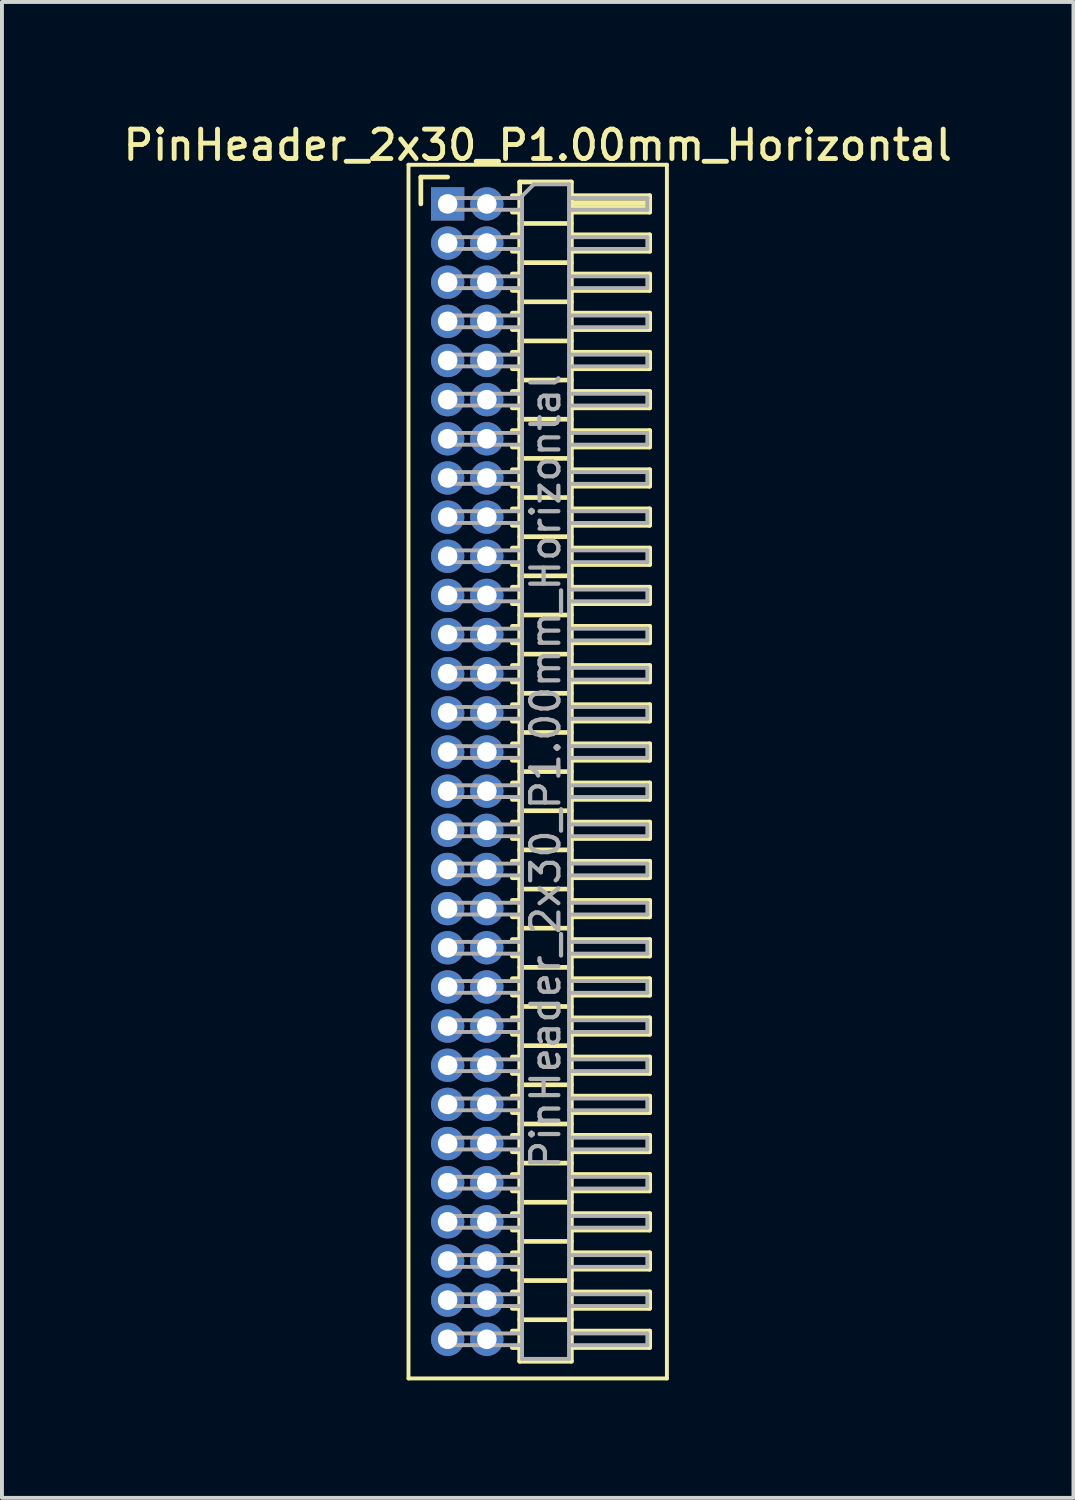
<source format=kicad_pcb>
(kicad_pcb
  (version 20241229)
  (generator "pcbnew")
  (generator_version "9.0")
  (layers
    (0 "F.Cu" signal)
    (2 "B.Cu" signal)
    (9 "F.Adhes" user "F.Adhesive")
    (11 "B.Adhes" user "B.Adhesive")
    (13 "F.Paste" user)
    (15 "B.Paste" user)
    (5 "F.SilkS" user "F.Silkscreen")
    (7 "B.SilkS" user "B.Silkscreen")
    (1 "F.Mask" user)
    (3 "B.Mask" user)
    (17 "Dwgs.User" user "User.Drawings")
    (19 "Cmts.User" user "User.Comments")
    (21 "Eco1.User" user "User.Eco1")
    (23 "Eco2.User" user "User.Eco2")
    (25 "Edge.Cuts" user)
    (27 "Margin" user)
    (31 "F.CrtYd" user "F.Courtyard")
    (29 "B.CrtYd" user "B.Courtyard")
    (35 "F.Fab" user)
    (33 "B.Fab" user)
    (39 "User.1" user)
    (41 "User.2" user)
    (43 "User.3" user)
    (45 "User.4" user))
  (footprint "PinHeader_2x30_P1.00mm_Horizontal"
    (layer "F.Cu")
    (at 8.384 2.158)
    (property "Reference" "PinHeader_2x30_P1.00mm_Horizontal" (at 2.3 -1.5 0) (layer "F.SilkS") (effects (font (size 0.75 0.75) (thickness 0.125))))
    (attr through_hole)
    (fp_line (start -1 -1) (end -1 30) (stroke (width 0.1) (type solid)) (layer "F.SilkS"))
    (fp_line (start -1 30) (end 5.6 30) (stroke (width 0.1) (type solid)) (layer "F.SilkS"))
    (fp_line (start -0.685 -0.685) (end 0 -0.685) (stroke (width 0.12) (type solid)) (layer "F.SilkS"))
    (fp_line (start -0.685 0) (end -0.685 -0.685) (stroke (width 0.12) (type solid)) (layer "F.SilkS"))
    (fp_line (start 1.652 -0.21) (end 1.84 -0.21) (stroke (width 0.12) (type solid)) (layer "F.SilkS"))
    (fp_line (start 1.652 0.21) (end 1.84 0.21) (stroke (width 0.12) (type solid)) (layer "F.SilkS"))
    (fp_line (start 1.652 0.79) (end 1.84 0.79) (stroke (width 0.12) (type solid)) (layer "F.SilkS"))
    (fp_line (start 1.652 1.21) (end 1.84 1.21) (stroke (width 0.12) (type solid)) (layer "F.SilkS"))
    (fp_line (start 1.652 1.79) (end 1.84 1.79) (stroke (width 0.12) (type solid)) (layer "F.SilkS"))
    (fp_line (start 1.652 2.21) (end 1.84 2.21) (stroke (width 0.12) (type solid)) (layer "F.SilkS"))
    (fp_line (start 1.652 2.79) (end 1.84 2.79) (stroke (width 0.12) (type solid)) (layer "F.SilkS"))
    (fp_line (start 1.652 3.21) (end 1.84 3.21) (stroke (width 0.12) (type solid)) (layer "F.SilkS"))
    (fp_line (start 1.652 3.79) (end 1.84 3.79) (stroke (width 0.12) (type solid)) (layer "F.SilkS"))
    (fp_line (start 1.652 4.21) (end 1.84 4.21) (stroke (width 0.12) (type solid)) (layer "F.SilkS"))
    (fp_line (start 1.652 4.79) (end 1.84 4.79) (stroke (width 0.12) (type solid)) (layer "F.SilkS"))
    (fp_line (start 1.652 5.21) (end 1.84 5.21) (stroke (width 0.12) (type solid)) (layer "F.SilkS"))
    (fp_line (start 1.652 5.79) (end 1.84 5.79) (stroke (width 0.12) (type solid)) (layer "F.SilkS"))
    (fp_line (start 1.652 6.21) (end 1.84 6.21) (stroke (width 0.12) (type solid)) (layer "F.SilkS"))
    (fp_line (start 1.652 6.79) (end 1.84 6.79) (stroke (width 0.12) (type solid)) (layer "F.SilkS"))
    (fp_line (start 1.652 7.21) (end 1.84 7.21) (stroke (width 0.12) (type solid)) (layer "F.SilkS"))
    (fp_line (start 1.652 7.79) (end 1.84 7.79) (stroke (width 0.12) (type solid)) (layer "F.SilkS"))
    (fp_line (start 1.652 8.21) (end 1.84 8.21) (stroke (width 0.12) (type solid)) (layer "F.SilkS"))
    (fp_line (start 1.652 8.79) (end 1.84 8.79) (stroke (width 0.12) (type solid)) (layer "F.SilkS"))
    (fp_line (start 1.652 9.21) (end 1.84 9.21) (stroke (width 0.12) (type solid)) (layer "F.SilkS"))
    (fp_line (start 1.652 9.79) (end 1.84 9.79) (stroke (width 0.12) (type solid)) (layer "F.SilkS"))
    (fp_line (start 1.652 10.21) (end 1.84 10.21) (stroke (width 0.12) (type solid)) (layer "F.SilkS"))
    (fp_line (start 1.652 10.79) (end 1.84 10.79) (stroke (width 0.12) (type solid)) (layer "F.SilkS"))
    (fp_line (start 1.652 11.21) (end 1.84 11.21) (stroke (width 0.12) (type solid)) (layer "F.SilkS"))
    (fp_line (start 1.652 11.79) (end 1.84 11.79) (stroke (width 0.12) (type solid)) (layer "F.SilkS"))
    (fp_line (start 1.652 12.21) (end 1.84 12.21) (stroke (width 0.12) (type solid)) (layer "F.SilkS"))
    (fp_line (start 1.652 12.79) (end 1.84 12.79) (stroke (width 0.12) (type solid)) (layer "F.SilkS"))
    (fp_line (start 1.652 13.21) (end 1.84 13.21) (stroke (width 0.12) (type solid)) (layer "F.SilkS"))
    (fp_line (start 1.652 13.79) (end 1.84 13.79) (stroke (width 0.12) (type solid)) (layer "F.SilkS"))
    (fp_line (start 1.652 14.21) (end 1.84 14.21) (stroke (width 0.12) (type solid)) (layer "F.SilkS"))
    (fp_line (start 1.652 14.79) (end 1.84 14.79) (stroke (width 0.12) (type solid)) (layer "F.SilkS"))
    (fp_line (start 1.652 15.21) (end 1.84 15.21) (stroke (width 0.12) (type solid)) (layer "F.SilkS"))
    (fp_line (start 1.652 15.79) (end 1.84 15.79) (stroke (width 0.12) (type solid)) (layer "F.SilkS"))
    (fp_line (start 1.652 16.21) (end 1.84 16.21) (stroke (width 0.12) (type solid)) (layer "F.SilkS"))
    (fp_line (start 1.652 16.79) (end 1.84 16.79) (stroke (width 0.12) (type solid)) (layer "F.SilkS"))
    (fp_line (start 1.652 17.21) (end 1.84 17.21) (stroke (width 0.12) (type solid)) (layer "F.SilkS"))
    (fp_line (start 1.652 17.79) (end 1.84 17.79) (stroke (width 0.12) (type solid)) (layer "F.SilkS"))
    (fp_line (start 1.652 18.21) (end 1.84 18.21) (stroke (width 0.12) (type solid)) (layer "F.SilkS"))
    (fp_line (start 1.652 18.79) (end 1.84 18.79) (stroke (width 0.12) (type solid)) (layer "F.SilkS"))
    (fp_line (start 1.652 19.21) (end 1.84 19.21) (stroke (width 0.12) (type solid)) (layer "F.SilkS"))
    (fp_line (start 1.652 19.79) (end 1.84 19.79) (stroke (width 0.12) (type solid)) (layer "F.SilkS"))
    (fp_line (start 1.652 20.21) (end 1.84 20.21) (stroke (width 0.12) (type solid)) (layer "F.SilkS"))
    (fp_line (start 1.652 20.79) (end 1.84 20.79) (stroke (width 0.12) (type solid)) (layer "F.SilkS"))
    (fp_line (start 1.652 21.21) (end 1.84 21.21) (stroke (width 0.12) (type solid)) (layer "F.SilkS"))
    (fp_line (start 1.652 21.79) (end 1.84 21.79) (stroke (width 0.12) (type solid)) (layer "F.SilkS"))
    (fp_line (start 1.652 22.21) (end 1.84 22.21) (stroke (width 0.12) (type solid)) (layer "F.SilkS"))
    (fp_line (start 1.652 22.79) (end 1.84 22.79) (stroke (width 0.12) (type solid)) (layer "F.SilkS"))
    (fp_line (start 1.652 23.21) (end 1.84 23.21) (stroke (width 0.12) (type solid)) (layer "F.SilkS"))
    (fp_line (start 1.652 23.79) (end 1.84 23.79) (stroke (width 0.12) (type solid)) (layer "F.SilkS"))
    (fp_line (start 1.652 24.21) (end 1.84 24.21) (stroke (width 0.12) (type solid)) (layer "F.SilkS"))
    (fp_line (start 1.652 24.79) (end 1.84 24.79) (stroke (width 0.12) (type solid)) (layer "F.SilkS"))
    (fp_line (start 1.652 25.21) (end 1.84 25.21) (stroke (width 0.12) (type solid)) (layer "F.SilkS"))
    (fp_line (start 1.652 25.79) (end 1.84 25.79) (stroke (width 0.12) (type solid)) (layer "F.SilkS"))
    (fp_line (start 1.652 26.21) (end 1.84 26.21) (stroke (width 0.12) (type solid)) (layer "F.SilkS"))
    (fp_line (start 1.652 26.79) (end 1.84 26.79) (stroke (width 0.12) (type solid)) (layer "F.SilkS"))
    (fp_line (start 1.652 27.21) (end 1.84 27.21) (stroke (width 0.12) (type solid)) (layer "F.SilkS"))
    (fp_line (start 1.652 27.79) (end 1.84 27.79) (stroke (width 0.12) (type solid)) (layer "F.SilkS"))
    (fp_line (start 1.652 28.21) (end 1.84 28.21) (stroke (width 0.12) (type solid)) (layer "F.SilkS"))
    (fp_line (start 1.652 28.79) (end 1.84 28.79) (stroke (width 0.12) (type solid)) (layer "F.SilkS"))
    (fp_line (start 1.652 29.21) (end 1.84 29.21) (stroke (width 0.12) (type solid)) (layer "F.SilkS"))
    (fp_line (start 1.84 -0.56) (end 1.84 29.56) (stroke (width 0.12) (type solid)) (layer "F.SilkS"))
    (fp_line (start 1.84 0.5) (end 3.16 0.5) (stroke (width 0.12) (type solid)) (layer "F.SilkS"))
    (fp_line (start 1.84 1.5) (end 3.16 1.5) (stroke (width 0.12) (type solid)) (layer "F.SilkS"))
    (fp_line (start 1.84 2.5) (end 3.16 2.5) (stroke (width 0.12) (type solid)) (layer "F.SilkS"))
    (fp_line (start 1.84 3.5) (end 3.16 3.5) (stroke (width 0.12) (type solid)) (layer "F.SilkS"))
    (fp_line (start 1.84 4.5) (end 3.16 4.5) (stroke (width 0.12) (type solid)) (layer "F.SilkS"))
    (fp_line (start 1.84 5.5) (end 3.16 5.5) (stroke (width 0.12) (type solid)) (layer "F.SilkS"))
    (fp_line (start 1.84 6.5) (end 3.16 6.5) (stroke (width 0.12) (type solid)) (layer "F.SilkS"))
    (fp_line (start 1.84 7.5) (end 3.16 7.5) (stroke (width 0.12) (type solid)) (layer "F.SilkS"))
    (fp_line (start 1.84 8.5) (end 3.16 8.5) (stroke (width 0.12) (type solid)) (layer "F.SilkS"))
    (fp_line (start 1.84 9.5) (end 3.16 9.5) (stroke (width 0.12) (type solid)) (layer "F.SilkS"))
    (fp_line (start 1.84 10.5) (end 3.16 10.5) (stroke (width 0.12) (type solid)) (layer "F.SilkS"))
    (fp_line (start 1.84 11.5) (end 3.16 11.5) (stroke (width 0.12) (type solid)) (layer "F.SilkS"))
    (fp_line (start 1.84 12.5) (end 3.16 12.5) (stroke (width 0.12) (type solid)) (layer "F.SilkS"))
    (fp_line (start 1.84 13.5) (end 3.16 13.5) (stroke (width 0.12) (type solid)) (layer "F.SilkS"))
    (fp_line (start 1.84 14.5) (end 3.16 14.5) (stroke (width 0.12) (type solid)) (layer "F.SilkS"))
    (fp_line (start 1.84 15.5) (end 3.16 15.5) (stroke (width 0.12) (type solid)) (layer "F.SilkS"))
    (fp_line (start 1.84 16.5) (end 3.16 16.5) (stroke (width 0.12) (type solid)) (layer "F.SilkS"))
    (fp_line (start 1.84 17.5) (end 3.16 17.5) (stroke (width 0.12) (type solid)) (layer "F.SilkS"))
    (fp_line (start 1.84 18.5) (end 3.16 18.5) (stroke (width 0.12) (type solid)) (layer "F.SilkS"))
    (fp_line (start 1.84 19.5) (end 3.16 19.5) (stroke (width 0.12) (type solid)) (layer "F.SilkS"))
    (fp_line (start 1.84 20.5) (end 3.16 20.5) (stroke (width 0.12) (type solid)) (layer "F.SilkS"))
    (fp_line (start 1.84 21.5) (end 3.16 21.5) (stroke (width 0.12) (type solid)) (layer "F.SilkS"))
    (fp_line (start 1.84 22.5) (end 3.16 22.5) (stroke (width 0.12) (type solid)) (layer "F.SilkS"))
    (fp_line (start 1.84 23.5) (end 3.16 23.5) (stroke (width 0.12) (type solid)) (layer "F.SilkS"))
    (fp_line (start 1.84 24.5) (end 3.16 24.5) (stroke (width 0.12) (type solid)) (layer "F.SilkS"))
    (fp_line (start 1.84 25.5) (end 3.16 25.5) (stroke (width 0.12) (type solid)) (layer "F.SilkS"))
    (fp_line (start 1.84 26.5) (end 3.16 26.5) (stroke (width 0.12) (type solid)) (layer "F.SilkS"))
    (fp_line (start 1.84 27.5) (end 3.16 27.5) (stroke (width 0.12) (type solid)) (layer "F.SilkS"))
    (fp_line (start 1.84 28.5) (end 3.16 28.5) (stroke (width 0.12) (type solid)) (layer "F.SilkS"))
    (fp_line (start 1.84 29.56) (end 3.16 29.56) (stroke (width 0.12) (type solid)) (layer "F.SilkS"))
    (fp_line (start 3.16 -0.56) (end 1.84 -0.56) (stroke (width 0.12) (type solid)) (layer "F.SilkS"))
    (fp_line (start 3.16 -0.21) (end 5.16 -0.21) (stroke (width 0.12) (type solid)) (layer "F.SilkS"))
    (fp_line (start 3.16 -0.15) (end 5.16 -0.15) (stroke (width 0.12) (type solid)) (layer "F.SilkS"))
    (fp_line (start 3.16 -0.03) (end 5.16 -0.03) (stroke (width 0.12) (type solid)) (layer "F.SilkS"))
    (fp_line (start 3.16 0.09) (end 5.16 0.09) (stroke (width 0.12) (type solid)) (layer "F.SilkS"))
    (fp_line (start 3.16 0.79) (end 5.16 0.79) (stroke (width 0.12) (type solid)) (layer "F.SilkS"))
    (fp_line (start 3.16 1.79) (end 5.16 1.79) (stroke (width 0.12) (type solid)) (layer "F.SilkS"))
    (fp_line (start 3.16 2.79) (end 5.16 2.79) (stroke (width 0.12) (type solid)) (layer "F.SilkS"))
    (fp_line (start 3.16 3.79) (end 5.16 3.79) (stroke (width 0.12) (type solid)) (layer "F.SilkS"))
    (fp_line (start 3.16 4.79) (end 5.16 4.79) (stroke (width 0.12) (type solid)) (layer "F.SilkS"))
    (fp_line (start 3.16 5.79) (end 5.16 5.79) (stroke (width 0.12) (type solid)) (layer "F.SilkS"))
    (fp_line (start 3.16 6.79) (end 5.16 6.79) (stroke (width 0.12) (type solid)) (layer "F.SilkS"))
    (fp_line (start 3.16 7.79) (end 5.16 7.79) (stroke (width 0.12) (type solid)) (layer "F.SilkS"))
    (fp_line (start 3.16 8.79) (end 5.16 8.79) (stroke (width 0.12) (type solid)) (layer "F.SilkS"))
    (fp_line (start 3.16 9.79) (end 5.16 9.79) (stroke (width 0.12) (type solid)) (layer "F.SilkS"))
    (fp_line (start 3.16 10.79) (end 5.16 10.79) (stroke (width 0.12) (type solid)) (layer "F.SilkS"))
    (fp_line (start 3.16 11.79) (end 5.16 11.79) (stroke (width 0.12) (type solid)) (layer "F.SilkS"))
    (fp_line (start 3.16 12.79) (end 5.16 12.79) (stroke (width 0.12) (type solid)) (layer "F.SilkS"))
    (fp_line (start 3.16 13.79) (end 5.16 13.79) (stroke (width 0.12) (type solid)) (layer "F.SilkS"))
    (fp_line (start 3.16 14.79) (end 5.16 14.79) (stroke (width 0.12) (type solid)) (layer "F.SilkS"))
    (fp_line (start 3.16 15.79) (end 5.16 15.79) (stroke (width 0.12) (type solid)) (layer "F.SilkS"))
    (fp_line (start 3.16 16.79) (end 5.16 16.79) (stroke (width 0.12) (type solid)) (layer "F.SilkS"))
    (fp_line (start 3.16 17.79) (end 5.16 17.79) (stroke (width 0.12) (type solid)) (layer "F.SilkS"))
    (fp_line (start 3.16 18.79) (end 5.16 18.79) (stroke (width 0.12) (type solid)) (layer "F.SilkS"))
    (fp_line (start 3.16 19.79) (end 5.16 19.79) (stroke (width 0.12) (type solid)) (layer "F.SilkS"))
    (fp_line (start 3.16 20.79) (end 5.16 20.79) (stroke (width 0.12) (type solid)) (layer "F.SilkS"))
    (fp_line (start 3.16 21.79) (end 5.16 21.79) (stroke (width 0.12) (type solid)) (layer "F.SilkS"))
    (fp_line (start 3.16 22.79) (end 5.16 22.79) (stroke (width 0.12) (type solid)) (layer "F.SilkS"))
    (fp_line (start 3.16 23.79) (end 5.16 23.79) (stroke (width 0.12) (type solid)) (layer "F.SilkS"))
    (fp_line (start 3.16 24.79) (end 5.16 24.79) (stroke (width 0.12) (type solid)) (layer "F.SilkS"))
    (fp_line (start 3.16 25.79) (end 5.16 25.79) (stroke (width 0.12) (type solid)) (layer "F.SilkS"))
    (fp_line (start 3.16 26.79) (end 5.16 26.79) (stroke (width 0.12) (type solid)) (layer "F.SilkS"))
    (fp_line (start 3.16 27.79) (end 5.16 27.79) (stroke (width 0.12) (type solid)) (layer "F.SilkS"))
    (fp_line (start 3.16 28.79) (end 5.16 28.79) (stroke (width 0.12) (type solid)) (layer "F.SilkS"))
    (fp_line (start 3.16 29.56) (end 3.16 -0.56) (stroke (width 0.12) (type solid)) (layer "F.SilkS"))
    (fp_line (start 5.16 -0.21) (end 5.16 0.21) (stroke (width 0.12) (type solid)) (layer "F.SilkS"))
    (fp_line (start 5.16 0.21) (end 3.16 0.21) (stroke (width 0.12) (type solid)) (layer "F.SilkS"))
    (fp_line (start 5.16 0.79) (end 5.16 1.21) (stroke (width 0.12) (type solid)) (layer "F.SilkS"))
    (fp_line (start 5.16 1.21) (end 3.16 1.21) (stroke (width 0.12) (type solid)) (layer "F.SilkS"))
    (fp_line (start 5.16 1.79) (end 5.16 2.21) (stroke (width 0.12) (type solid)) (layer "F.SilkS"))
    (fp_line (start 5.16 2.21) (end 3.16 2.21) (stroke (width 0.12) (type solid)) (layer "F.SilkS"))
    (fp_line (start 5.16 2.79) (end 5.16 3.21) (stroke (width 0.12) (type solid)) (layer "F.SilkS"))
    (fp_line (start 5.16 3.21) (end 3.16 3.21) (stroke (width 0.12) (type solid)) (layer "F.SilkS"))
    (fp_line (start 5.16 3.79) (end 5.16 4.21) (stroke (width 0.12) (type solid)) (layer "F.SilkS"))
    (fp_line (start 5.16 4.21) (end 3.16 4.21) (stroke (width 0.12) (type solid)) (layer "F.SilkS"))
    (fp_line (start 5.16 4.79) (end 5.16 5.21) (stroke (width 0.12) (type solid)) (layer "F.SilkS"))
    (fp_line (start 5.16 5.21) (end 3.16 5.21) (stroke (width 0.12) (type solid)) (layer "F.SilkS"))
    (fp_line (start 5.16 5.79) (end 5.16 6.21) (stroke (width 0.12) (type solid)) (layer "F.SilkS"))
    (fp_line (start 5.16 6.21) (end 3.16 6.21) (stroke (width 0.12) (type solid)) (layer "F.SilkS"))
    (fp_line (start 5.16 6.79) (end 5.16 7.21) (stroke (width 0.12) (type solid)) (layer "F.SilkS"))
    (fp_line (start 5.16 7.21) (end 3.16 7.21) (stroke (width 0.12) (type solid)) (layer "F.SilkS"))
    (fp_line (start 5.16 7.79) (end 5.16 8.21) (stroke (width 0.12) (type solid)) (layer "F.SilkS"))
    (fp_line (start 5.16 8.21) (end 3.16 8.21) (stroke (width 0.12) (type solid)) (layer "F.SilkS"))
    (fp_line (start 5.16 8.79) (end 5.16 9.21) (stroke (width 0.12) (type solid)) (layer "F.SilkS"))
    (fp_line (start 5.16 9.21) (end 3.16 9.21) (stroke (width 0.12) (type solid)) (layer "F.SilkS"))
    (fp_line (start 5.16 9.79) (end 5.16 10.21) (stroke (width 0.12) (type solid)) (layer "F.SilkS"))
    (fp_line (start 5.16 10.21) (end 3.16 10.21) (stroke (width 0.12) (type solid)) (layer "F.SilkS"))
    (fp_line (start 5.16 10.79) (end 5.16 11.21) (stroke (width 0.12) (type solid)) (layer "F.SilkS"))
    (fp_line (start 5.16 11.21) (end 3.16 11.21) (stroke (width 0.12) (type solid)) (layer "F.SilkS"))
    (fp_line (start 5.16 11.79) (end 5.16 12.21) (stroke (width 0.12) (type solid)) (layer "F.SilkS"))
    (fp_line (start 5.16 12.21) (end 3.16 12.21) (stroke (width 0.12) (type solid)) (layer "F.SilkS"))
    (fp_line (start 5.16 12.79) (end 5.16 13.21) (stroke (width 0.12) (type solid)) (layer "F.SilkS"))
    (fp_line (start 5.16 13.21) (end 3.16 13.21) (stroke (width 0.12) (type solid)) (layer "F.SilkS"))
    (fp_line (start 5.16 13.79) (end 5.16 14.21) (stroke (width 0.12) (type solid)) (layer "F.SilkS"))
    (fp_line (start 5.16 14.21) (end 3.16 14.21) (stroke (width 0.12) (type solid)) (layer "F.SilkS"))
    (fp_line (start 5.16 14.79) (end 5.16 15.21) (stroke (width 0.12) (type solid)) (layer "F.SilkS"))
    (fp_line (start 5.16 15.21) (end 3.16 15.21) (stroke (width 0.12) (type solid)) (layer "F.SilkS"))
    (fp_line (start 5.16 15.79) (end 5.16 16.21) (stroke (width 0.12) (type solid)) (layer "F.SilkS"))
    (fp_line (start 5.16 16.21) (end 3.16 16.21) (stroke (width 0.12) (type solid)) (layer "F.SilkS"))
    (fp_line (start 5.16 16.79) (end 5.16 17.21) (stroke (width 0.12) (type solid)) (layer "F.SilkS"))
    (fp_line (start 5.16 17.21) (end 3.16 17.21) (stroke (width 0.12) (type solid)) (layer "F.SilkS"))
    (fp_line (start 5.16 17.79) (end 5.16 18.21) (stroke (width 0.12) (type solid)) (layer "F.SilkS"))
    (fp_line (start 5.16 18.21) (end 3.16 18.21) (stroke (width 0.12) (type solid)) (layer "F.SilkS"))
    (fp_line (start 5.16 18.79) (end 5.16 19.21) (stroke (width 0.12) (type solid)) (layer "F.SilkS"))
    (fp_line (start 5.16 19.21) (end 3.16 19.21) (stroke (width 0.12) (type solid)) (layer "F.SilkS"))
    (fp_line (start 5.16 19.79) (end 5.16 20.21) (stroke (width 0.12) (type solid)) (layer "F.SilkS"))
    (fp_line (start 5.16 20.21) (end 3.16 20.21) (stroke (width 0.12) (type solid)) (layer "F.SilkS"))
    (fp_line (start 5.16 20.79) (end 5.16 21.21) (stroke (width 0.12) (type solid)) (layer "F.SilkS"))
    (fp_line (start 5.16 21.21) (end 3.16 21.21) (stroke (width 0.12) (type solid)) (layer "F.SilkS"))
    (fp_line (start 5.16 21.79) (end 5.16 22.21) (stroke (width 0.12) (type solid)) (layer "F.SilkS"))
    (fp_line (start 5.16 22.21) (end 3.16 22.21) (stroke (width 0.12) (type solid)) (layer "F.SilkS"))
    (fp_line (start 5.16 22.79) (end 5.16 23.21) (stroke (width 0.12) (type solid)) (layer "F.SilkS"))
    (fp_line (start 5.16 23.21) (end 3.16 23.21) (stroke (width 0.12) (type solid)) (layer "F.SilkS"))
    (fp_line (start 5.16 23.79) (end 5.16 24.21) (stroke (width 0.12) (type solid)) (layer "F.SilkS"))
    (fp_line (start 5.16 24.21) (end 3.16 24.21) (stroke (width 0.12) (type solid)) (layer "F.SilkS"))
    (fp_line (start 5.16 24.79) (end 5.16 25.21) (stroke (width 0.12) (type solid)) (layer "F.SilkS"))
    (fp_line (start 5.16 25.21) (end 3.16 25.21) (stroke (width 0.12) (type solid)) (layer "F.SilkS"))
    (fp_line (start 5.16 25.79) (end 5.16 26.21) (stroke (width 0.12) (type solid)) (layer "F.SilkS"))
    (fp_line (start 5.16 26.21) (end 3.16 26.21) (stroke (width 0.12) (type solid)) (layer "F.SilkS"))
    (fp_line (start 5.16 26.79) (end 5.16 27.21) (stroke (width 0.12) (type solid)) (layer "F.SilkS"))
    (fp_line (start 5.16 27.21) (end 3.16 27.21) (stroke (width 0.12) (type solid)) (layer "F.SilkS"))
    (fp_line (start 5.16 27.79) (end 5.16 28.21) (stroke (width 0.12) (type solid)) (layer "F.SilkS"))
    (fp_line (start 5.16 28.21) (end 3.16 28.21) (stroke (width 0.12) (type solid)) (layer "F.SilkS"))
    (fp_line (start 5.16 28.79) (end 5.16 29.21) (stroke (width 0.12) (type solid)) (layer "F.SilkS"))
    (fp_line (start 5.16 29.21) (end 3.16 29.21) (stroke (width 0.12) (type solid)) (layer "F.SilkS"))
    (fp_line (start 5.6 -1) (end -1 -1) (stroke (width 0.1) (type solid)) (layer "F.SilkS"))
    (fp_line (start 5.6 30) (end 5.6 -1) (stroke (width 0.1) (type solid)) (layer "F.SilkS"))
    (fp_line (start -0.15 -0.15) (end -0.15 0.15) (stroke (width 0.1) (type solid)) (layer "F.Fab"))
    (fp_line (start -0.15 -0.15) (end 1.9 -0.15) (stroke (width 0.1) (type solid)) (layer "F.Fab"))
    (fp_line (start -0.15 0.15) (end 1.9 0.15) (stroke (width 0.1) (type solid)) (layer "F.Fab"))
    (fp_line (start -0.15 0.85) (end -0.15 1.15) (stroke (width 0.1) (type solid)) (layer "F.Fab"))
    (fp_line (start -0.15 0.85) (end 1.9 0.85) (stroke (width 0.1) (type solid)) (layer "F.Fab"))
    (fp_line (start -0.15 1.15) (end 1.9 1.15) (stroke (width 0.1) (type solid)) (layer "F.Fab"))
    (fp_line (start -0.15 1.85) (end -0.15 2.15) (stroke (width 0.1) (type solid)) (layer "F.Fab"))
    (fp_line (start -0.15 1.85) (end 1.9 1.85) (stroke (width 0.1) (type solid)) (layer "F.Fab"))
    (fp_line (start -0.15 2.15) (end 1.9 2.15) (stroke (width 0.1) (type solid)) (layer "F.Fab"))
    (fp_line (start -0.15 2.85) (end -0.15 3.15) (stroke (width 0.1) (type solid)) (layer "F.Fab"))
    (fp_line (start -0.15 2.85) (end 1.9 2.85) (stroke (width 0.1) (type solid)) (layer "F.Fab"))
    (fp_line (start -0.15 3.15) (end 1.9 3.15) (stroke (width 0.1) (type solid)) (layer "F.Fab"))
    (fp_line (start -0.15 3.85) (end -0.15 4.15) (stroke (width 0.1) (type solid)) (layer "F.Fab"))
    (fp_line (start -0.15 3.85) (end 1.9 3.85) (stroke (width 0.1) (type solid)) (layer "F.Fab"))
    (fp_line (start -0.15 4.15) (end 1.9 4.15) (stroke (width 0.1) (type solid)) (layer "F.Fab"))
    (fp_line (start -0.15 4.85) (end -0.15 5.15) (stroke (width 0.1) (type solid)) (layer "F.Fab"))
    (fp_line (start -0.15 4.85) (end 1.9 4.85) (stroke (width 0.1) (type solid)) (layer "F.Fab"))
    (fp_line (start -0.15 5.15) (end 1.9 5.15) (stroke (width 0.1) (type solid)) (layer "F.Fab"))
    (fp_line (start -0.15 5.85) (end -0.15 6.15) (stroke (width 0.1) (type solid)) (layer "F.Fab"))
    (fp_line (start -0.15 5.85) (end 1.9 5.85) (stroke (width 0.1) (type solid)) (layer "F.Fab"))
    (fp_line (start -0.15 6.15) (end 1.9 6.15) (stroke (width 0.1) (type solid)) (layer "F.Fab"))
    (fp_line (start -0.15 6.85) (end -0.15 7.15) (stroke (width 0.1) (type solid)) (layer "F.Fab"))
    (fp_line (start -0.15 6.85) (end 1.9 6.85) (stroke (width 0.1) (type solid)) (layer "F.Fab"))
    (fp_line (start -0.15 7.15) (end 1.9 7.15) (stroke (width 0.1) (type solid)) (layer "F.Fab"))
    (fp_line (start -0.15 7.85) (end -0.15 8.15) (stroke (width 0.1) (type solid)) (layer "F.Fab"))
    (fp_line (start -0.15 7.85) (end 1.9 7.85) (stroke (width 0.1) (type solid)) (layer "F.Fab"))
    (fp_line (start -0.15 8.15) (end 1.9 8.15) (stroke (width 0.1) (type solid)) (layer "F.Fab"))
    (fp_line (start -0.15 8.85) (end -0.15 9.15) (stroke (width 0.1) (type solid)) (layer "F.Fab"))
    (fp_line (start -0.15 8.85) (end 1.9 8.85) (stroke (width 0.1) (type solid)) (layer "F.Fab"))
    (fp_line (start -0.15 9.15) (end 1.9 9.15) (stroke (width 0.1) (type solid)) (layer "F.Fab"))
    (fp_line (start -0.15 9.85) (end -0.15 10.15) (stroke (width 0.1) (type solid)) (layer "F.Fab"))
    (fp_line (start -0.15 9.85) (end 1.9 9.85) (stroke (width 0.1) (type solid)) (layer "F.Fab"))
    (fp_line (start -0.15 10.15) (end 1.9 10.15) (stroke (width 0.1) (type solid)) (layer "F.Fab"))
    (fp_line (start -0.15 10.85) (end -0.15 11.15) (stroke (width 0.1) (type solid)) (layer "F.Fab"))
    (fp_line (start -0.15 10.85) (end 1.9 10.85) (stroke (width 0.1) (type solid)) (layer "F.Fab"))
    (fp_line (start -0.15 11.15) (end 1.9 11.15) (stroke (width 0.1) (type solid)) (layer "F.Fab"))
    (fp_line (start -0.15 11.85) (end -0.15 12.15) (stroke (width 0.1) (type solid)) (layer "F.Fab"))
    (fp_line (start -0.15 11.85) (end 1.9 11.85) (stroke (width 0.1) (type solid)) (layer "F.Fab"))
    (fp_line (start -0.15 12.15) (end 1.9 12.15) (stroke (width 0.1) (type solid)) (layer "F.Fab"))
    (fp_line (start -0.15 12.85) (end -0.15 13.15) (stroke (width 0.1) (type solid)) (layer "F.Fab"))
    (fp_line (start -0.15 12.85) (end 1.9 12.85) (stroke (width 0.1) (type solid)) (layer "F.Fab"))
    (fp_line (start -0.15 13.15) (end 1.9 13.15) (stroke (width 0.1) (type solid)) (layer "F.Fab"))
    (fp_line (start -0.15 13.85) (end -0.15 14.15) (stroke (width 0.1) (type solid)) (layer "F.Fab"))
    (fp_line (start -0.15 13.85) (end 1.9 13.85) (stroke (width 0.1) (type solid)) (layer "F.Fab"))
    (fp_line (start -0.15 14.15) (end 1.9 14.15) (stroke (width 0.1) (type solid)) (layer "F.Fab"))
    (fp_line (start -0.15 14.85) (end -0.15 15.15) (stroke (width 0.1) (type solid)) (layer "F.Fab"))
    (fp_line (start -0.15 14.85) (end 1.9 14.85) (stroke (width 0.1) (type solid)) (layer "F.Fab"))
    (fp_line (start -0.15 15.15) (end 1.9 15.15) (stroke (width 0.1) (type solid)) (layer "F.Fab"))
    (fp_line (start -0.15 15.85) (end -0.15 16.15) (stroke (width 0.1) (type solid)) (layer "F.Fab"))
    (fp_line (start -0.15 15.85) (end 1.9 15.85) (stroke (width 0.1) (type solid)) (layer "F.Fab"))
    (fp_line (start -0.15 16.15) (end 1.9 16.15) (stroke (width 0.1) (type solid)) (layer "F.Fab"))
    (fp_line (start -0.15 16.85) (end -0.15 17.15) (stroke (width 0.1) (type solid)) (layer "F.Fab"))
    (fp_line (start -0.15 16.85) (end 1.9 16.85) (stroke (width 0.1) (type solid)) (layer "F.Fab"))
    (fp_line (start -0.15 17.15) (end 1.9 17.15) (stroke (width 0.1) (type solid)) (layer "F.Fab"))
    (fp_line (start -0.15 17.85) (end -0.15 18.15) (stroke (width 0.1) (type solid)) (layer "F.Fab"))
    (fp_line (start -0.15 17.85) (end 1.9 17.85) (stroke (width 0.1) (type solid)) (layer "F.Fab"))
    (fp_line (start -0.15 18.15) (end 1.9 18.15) (stroke (width 0.1) (type solid)) (layer "F.Fab"))
    (fp_line (start -0.15 18.85) (end -0.15 19.15) (stroke (width 0.1) (type solid)) (layer "F.Fab"))
    (fp_line (start -0.15 18.85) (end 1.9 18.85) (stroke (width 0.1) (type solid)) (layer "F.Fab"))
    (fp_line (start -0.15 19.15) (end 1.9 19.15) (stroke (width 0.1) (type solid)) (layer "F.Fab"))
    (fp_line (start -0.15 19.85) (end -0.15 20.15) (stroke (width 0.1) (type solid)) (layer "F.Fab"))
    (fp_line (start -0.15 19.85) (end 1.9 19.85) (stroke (width 0.1) (type solid)) (layer "F.Fab"))
    (fp_line (start -0.15 20.15) (end 1.9 20.15) (stroke (width 0.1) (type solid)) (layer "F.Fab"))
    (fp_line (start -0.15 20.85) (end -0.15 21.15) (stroke (width 0.1) (type solid)) (layer "F.Fab"))
    (fp_line (start -0.15 20.85) (end 1.9 20.85) (stroke (width 0.1) (type solid)) (layer "F.Fab"))
    (fp_line (start -0.15 21.15) (end 1.9 21.15) (stroke (width 0.1) (type solid)) (layer "F.Fab"))
    (fp_line (start -0.15 21.85) (end -0.15 22.15) (stroke (width 0.1) (type solid)) (layer "F.Fab"))
    (fp_line (start -0.15 21.85) (end 1.9 21.85) (stroke (width 0.1) (type solid)) (layer "F.Fab"))
    (fp_line (start -0.15 22.15) (end 1.9 22.15) (stroke (width 0.1) (type solid)) (layer "F.Fab"))
    (fp_line (start -0.15 22.85) (end -0.15 23.15) (stroke (width 0.1) (type solid)) (layer "F.Fab"))
    (fp_line (start -0.15 22.85) (end 1.9 22.85) (stroke (width 0.1) (type solid)) (layer "F.Fab"))
    (fp_line (start -0.15 23.15) (end 1.9 23.15) (stroke (width 0.1) (type solid)) (layer "F.Fab"))
    (fp_line (start -0.15 23.85) (end -0.15 24.15) (stroke (width 0.1) (type solid)) (layer "F.Fab"))
    (fp_line (start -0.15 23.85) (end 1.9 23.85) (stroke (width 0.1) (type solid)) (layer "F.Fab"))
    (fp_line (start -0.15 24.15) (end 1.9 24.15) (stroke (width 0.1) (type solid)) (layer "F.Fab"))
    (fp_line (start -0.15 24.85) (end -0.15 25.15) (stroke (width 0.1) (type solid)) (layer "F.Fab"))
    (fp_line (start -0.15 24.85) (end 1.9 24.85) (stroke (width 0.1) (type solid)) (layer "F.Fab"))
    (fp_line (start -0.15 25.15) (end 1.9 25.15) (stroke (width 0.1) (type solid)) (layer "F.Fab"))
    (fp_line (start -0.15 25.85) (end -0.15 26.15) (stroke (width 0.1) (type solid)) (layer "F.Fab"))
    (fp_line (start -0.15 25.85) (end 1.9 25.85) (stroke (width 0.1) (type solid)) (layer "F.Fab"))
    (fp_line (start -0.15 26.15) (end 1.9 26.15) (stroke (width 0.1) (type solid)) (layer "F.Fab"))
    (fp_line (start -0.15 26.85) (end -0.15 27.15) (stroke (width 0.1) (type solid)) (layer "F.Fab"))
    (fp_line (start -0.15 26.85) (end 1.9 26.85) (stroke (width 0.1) (type solid)) (layer "F.Fab"))
    (fp_line (start -0.15 27.15) (end 1.9 27.15) (stroke (width 0.1) (type solid)) (layer "F.Fab"))
    (fp_line (start -0.15 27.85) (end -0.15 28.15) (stroke (width 0.1) (type solid)) (layer "F.Fab"))
    (fp_line (start -0.15 27.85) (end 1.9 27.85) (stroke (width 0.1) (type solid)) (layer "F.Fab"))
    (fp_line (start -0.15 28.15) (end 1.9 28.15) (stroke (width 0.1) (type solid)) (layer "F.Fab"))
    (fp_line (start -0.15 28.85) (end -0.15 29.15) (stroke (width 0.1) (type solid)) (layer "F.Fab"))
    (fp_line (start -0.15 28.85) (end 1.9 28.85) (stroke (width 0.1) (type solid)) (layer "F.Fab"))
    (fp_line (start -0.15 29.15) (end 1.9 29.15) (stroke (width 0.1) (type solid)) (layer "F.Fab"))
    (fp_line (start 1.9 -0.2) (end 2.2 -0.5) (stroke (width 0.1) (type solid)) (layer "F.Fab"))
    (fp_line (start 1.9 29.5) (end 1.9 -0.2) (stroke (width 0.1) (type solid)) (layer "F.Fab"))
    (fp_line (start 2.2 -0.5) (end 3.1 -0.5) (stroke (width 0.1) (type solid)) (layer "F.Fab"))
    (fp_line (start 3.1 -0.5) (end 3.1 29.5) (stroke (width 0.1) (type solid)) (layer "F.Fab"))
    (fp_line (start 3.1 -0.15) (end 5.1 -0.15) (stroke (width 0.1) (type solid)) (layer "F.Fab"))
    (fp_line (start 3.1 0.15) (end 5.1 0.15) (stroke (width 0.1) (type solid)) (layer "F.Fab"))
    (fp_line (start 3.1 0.85) (end 5.1 0.85) (stroke (width 0.1) (type solid)) (layer "F.Fab"))
    (fp_line (start 3.1 1.15) (end 5.1 1.15) (stroke (width 0.1) (type solid)) (layer "F.Fab"))
    (fp_line (start 3.1 1.85) (end 5.1 1.85) (stroke (width 0.1) (type solid)) (layer "F.Fab"))
    (fp_line (start 3.1 2.15) (end 5.1 2.15) (stroke (width 0.1) (type solid)) (layer "F.Fab"))
    (fp_line (start 3.1 2.85) (end 5.1 2.85) (stroke (width 0.1) (type solid)) (layer "F.Fab"))
    (fp_line (start 3.1 3.15) (end 5.1 3.15) (stroke (width 0.1) (type solid)) (layer "F.Fab"))
    (fp_line (start 3.1 3.85) (end 5.1 3.85) (stroke (width 0.1) (type solid)) (layer "F.Fab"))
    (fp_line (start 3.1 4.15) (end 5.1 4.15) (stroke (width 0.1) (type solid)) (layer "F.Fab"))
    (fp_line (start 3.1 4.85) (end 5.1 4.85) (stroke (width 0.1) (type solid)) (layer "F.Fab"))
    (fp_line (start 3.1 5.15) (end 5.1 5.15) (stroke (width 0.1) (type solid)) (layer "F.Fab"))
    (fp_line (start 3.1 5.85) (end 5.1 5.85) (stroke (width 0.1) (type solid)) (layer "F.Fab"))
    (fp_line (start 3.1 6.15) (end 5.1 6.15) (stroke (width 0.1) (type solid)) (layer "F.Fab"))
    (fp_line (start 3.1 6.85) (end 5.1 6.85) (stroke (width 0.1) (type solid)) (layer "F.Fab"))
    (fp_line (start 3.1 7.15) (end 5.1 7.15) (stroke (width 0.1) (type solid)) (layer "F.Fab"))
    (fp_line (start 3.1 7.85) (end 5.1 7.85) (stroke (width 0.1) (type solid)) (layer "F.Fab"))
    (fp_line (start 3.1 8.15) (end 5.1 8.15) (stroke (width 0.1) (type solid)) (layer "F.Fab"))
    (fp_line (start 3.1 8.85) (end 5.1 8.85) (stroke (width 0.1) (type solid)) (layer "F.Fab"))
    (fp_line (start 3.1 9.15) (end 5.1 9.15) (stroke (width 0.1) (type solid)) (layer "F.Fab"))
    (fp_line (start 3.1 9.85) (end 5.1 9.85) (stroke (width 0.1) (type solid)) (layer "F.Fab"))
    (fp_line (start 3.1 10.15) (end 5.1 10.15) (stroke (width 0.1) (type solid)) (layer "F.Fab"))
    (fp_line (start 3.1 10.85) (end 5.1 10.85) (stroke (width 0.1) (type solid)) (layer "F.Fab"))
    (fp_line (start 3.1 11.15) (end 5.1 11.15) (stroke (width 0.1) (type solid)) (layer "F.Fab"))
    (fp_line (start 3.1 11.85) (end 5.1 11.85) (stroke (width 0.1) (type solid)) (layer "F.Fab"))
    (fp_line (start 3.1 12.15) (end 5.1 12.15) (stroke (width 0.1) (type solid)) (layer "F.Fab"))
    (fp_line (start 3.1 12.85) (end 5.1 12.85) (stroke (width 0.1) (type solid)) (layer "F.Fab"))
    (fp_line (start 3.1 13.15) (end 5.1 13.15) (stroke (width 0.1) (type solid)) (layer "F.Fab"))
    (fp_line (start 3.1 13.85) (end 5.1 13.85) (stroke (width 0.1) (type solid)) (layer "F.Fab"))
    (fp_line (start 3.1 14.15) (end 5.1 14.15) (stroke (width 0.1) (type solid)) (layer "F.Fab"))
    (fp_line (start 3.1 14.85) (end 5.1 14.85) (stroke (width 0.1) (type solid)) (layer "F.Fab"))
    (fp_line (start 3.1 15.15) (end 5.1 15.15) (stroke (width 0.1) (type solid)) (layer "F.Fab"))
    (fp_line (start 3.1 15.85) (end 5.1 15.85) (stroke (width 0.1) (type solid)) (layer "F.Fab"))
    (fp_line (start 3.1 16.15) (end 5.1 16.15) (stroke (width 0.1) (type solid)) (layer "F.Fab"))
    (fp_line (start 3.1 16.85) (end 5.1 16.85) (stroke (width 0.1) (type solid)) (layer "F.Fab"))
    (fp_line (start 3.1 17.15) (end 5.1 17.15) (stroke (width 0.1) (type solid)) (layer "F.Fab"))
    (fp_line (start 3.1 17.85) (end 5.1 17.85) (stroke (width 0.1) (type solid)) (layer "F.Fab"))
    (fp_line (start 3.1 18.15) (end 5.1 18.15) (stroke (width 0.1) (type solid)) (layer "F.Fab"))
    (fp_line (start 3.1 18.85) (end 5.1 18.85) (stroke (width 0.1) (type solid)) (layer "F.Fab"))
    (fp_line (start 3.1 19.15) (end 5.1 19.15) (stroke (width 0.1) (type solid)) (layer "F.Fab"))
    (fp_line (start 3.1 19.85) (end 5.1 19.85) (stroke (width 0.1) (type solid)) (layer "F.Fab"))
    (fp_line (start 3.1 20.15) (end 5.1 20.15) (stroke (width 0.1) (type solid)) (layer "F.Fab"))
    (fp_line (start 3.1 20.85) (end 5.1 20.85) (stroke (width 0.1) (type solid)) (layer "F.Fab"))
    (fp_line (start 3.1 21.15) (end 5.1 21.15) (stroke (width 0.1) (type solid)) (layer "F.Fab"))
    (fp_line (start 3.1 21.85) (end 5.1 21.85) (stroke (width 0.1) (type solid)) (layer "F.Fab"))
    (fp_line (start 3.1 22.15) (end 5.1 22.15) (stroke (width 0.1) (type solid)) (layer "F.Fab"))
    (fp_line (start 3.1 22.85) (end 5.1 22.85) (stroke (width 0.1) (type solid)) (layer "F.Fab"))
    (fp_line (start 3.1 23.15) (end 5.1 23.15) (stroke (width 0.1) (type solid)) (layer "F.Fab"))
    (fp_line (start 3.1 23.85) (end 5.1 23.85) (stroke (width 0.1) (type solid)) (layer "F.Fab"))
    (fp_line (start 3.1 24.15) (end 5.1 24.15) (stroke (width 0.1) (type solid)) (layer "F.Fab"))
    (fp_line (start 3.1 24.85) (end 5.1 24.85) (stroke (width 0.1) (type solid)) (layer "F.Fab"))
    (fp_line (start 3.1 25.15) (end 5.1 25.15) (stroke (width 0.1) (type solid)) (layer "F.Fab"))
    (fp_line (start 3.1 25.85) (end 5.1 25.85) (stroke (width 0.1) (type solid)) (layer "F.Fab"))
    (fp_line (start 3.1 26.15) (end 5.1 26.15) (stroke (width 0.1) (type solid)) (layer "F.Fab"))
    (fp_line (start 3.1 26.85) (end 5.1 26.85) (stroke (width 0.1) (type solid)) (layer "F.Fab"))
    (fp_line (start 3.1 27.15) (end 5.1 27.15) (stroke (width 0.1) (type solid)) (layer "F.Fab"))
    (fp_line (start 3.1 27.85) (end 5.1 27.85) (stroke (width 0.1) (type solid)) (layer "F.Fab"))
    (fp_line (start 3.1 28.15) (end 5.1 28.15) (stroke (width 0.1) (type solid)) (layer "F.Fab"))
    (fp_line (start 3.1 28.85) (end 5.1 28.85) (stroke (width 0.1) (type solid)) (layer "F.Fab"))
    (fp_line (start 3.1 29.15) (end 5.1 29.15) (stroke (width 0.1) (type solid)) (layer "F.Fab"))
    (fp_line (start 3.1 29.5) (end 1.9 29.5) (stroke (width 0.1) (type solid)) (layer "F.Fab"))
    (fp_line (start 5.1 -0.15) (end 5.1 0.15) (stroke (width 0.1) (type solid)) (layer "F.Fab"))
    (fp_line (start 5.1 0.85) (end 5.1 1.15) (stroke (width 0.1) (type solid)) (layer "F.Fab"))
    (fp_line (start 5.1 1.85) (end 5.1 2.15) (stroke (width 0.1) (type solid)) (layer "F.Fab"))
    (fp_line (start 5.1 2.85) (end 5.1 3.15) (stroke (width 0.1) (type solid)) (layer "F.Fab"))
    (fp_line (start 5.1 3.85) (end 5.1 4.15) (stroke (width 0.1) (type solid)) (layer "F.Fab"))
    (fp_line (start 5.1 4.85) (end 5.1 5.15) (stroke (width 0.1) (type solid)) (layer "F.Fab"))
    (fp_line (start 5.1 5.85) (end 5.1 6.15) (stroke (width 0.1) (type solid)) (layer "F.Fab"))
    (fp_line (start 5.1 6.85) (end 5.1 7.15) (stroke (width 0.1) (type solid)) (layer "F.Fab"))
    (fp_line (start 5.1 7.85) (end 5.1 8.15) (stroke (width 0.1) (type solid)) (layer "F.Fab"))
    (fp_line (start 5.1 8.85) (end 5.1 9.15) (stroke (width 0.1) (type solid)) (layer "F.Fab"))
    (fp_line (start 5.1 9.85) (end 5.1 10.15) (stroke (width 0.1) (type solid)) (layer "F.Fab"))
    (fp_line (start 5.1 10.85) (end 5.1 11.15) (stroke (width 0.1) (type solid)) (layer "F.Fab"))
    (fp_line (start 5.1 11.85) (end 5.1 12.15) (stroke (width 0.1) (type solid)) (layer "F.Fab"))
    (fp_line (start 5.1 12.85) (end 5.1 13.15) (stroke (width 0.1) (type solid)) (layer "F.Fab"))
    (fp_line (start 5.1 13.85) (end 5.1 14.15) (stroke (width 0.1) (type solid)) (layer "F.Fab"))
    (fp_line (start 5.1 14.85) (end 5.1 15.15) (stroke (width 0.1) (type solid)) (layer "F.Fab"))
    (fp_line (start 5.1 15.85) (end 5.1 16.15) (stroke (width 0.1) (type solid)) (layer "F.Fab"))
    (fp_line (start 5.1 16.85) (end 5.1 17.15) (stroke (width 0.1) (type solid)) (layer "F.Fab"))
    (fp_line (start 5.1 17.85) (end 5.1 18.15) (stroke (width 0.1) (type solid)) (layer "F.Fab"))
    (fp_line (start 5.1 18.85) (end 5.1 19.15) (stroke (width 0.1) (type solid)) (layer "F.Fab"))
    (fp_line (start 5.1 19.85) (end 5.1 20.15) (stroke (width 0.1) (type solid)) (layer "F.Fab"))
    (fp_line (start 5.1 20.85) (end 5.1 21.15) (stroke (width 0.1) (type solid)) (layer "F.Fab"))
    (fp_line (start 5.1 21.85) (end 5.1 22.15) (stroke (width 0.1) (type solid)) (layer "F.Fab"))
    (fp_line (start 5.1 22.85) (end 5.1 23.15) (stroke (width 0.1) (type solid)) (layer "F.Fab"))
    (fp_line (start 5.1 23.85) (end 5.1 24.15) (stroke (width 0.1) (type solid)) (layer "F.Fab"))
    (fp_line (start 5.1 24.85) (end 5.1 25.15) (stroke (width 0.1) (type solid)) (layer "F.Fab"))
    (fp_line (start 5.1 25.85) (end 5.1 26.15) (stroke (width 0.1) (type solid)) (layer "F.Fab"))
    (fp_line (start 5.1 26.85) (end 5.1 27.15) (stroke (width 0.1) (type solid)) (layer "F.Fab"))
    (fp_line (start 5.1 27.85) (end 5.1 28.15) (stroke (width 0.1) (type solid)) (layer "F.Fab"))
    (fp_line (start 5.1 28.85) (end 5.1 29.15) (stroke (width 0.1) (type solid)) (layer "F.Fab"))
    (fp_text user "${REFERENCE}" (at 2.5 14.5 90) (layer "F.Fab") (effects (font (size 0.72 0.72) (thickness 0.108))))
    (pad "1" thru_hole rect (at 0 0) (size 0.85 0.85) (drill 0.5) (layers "*.Cu" "*.Mask"))
    (pad "2" thru_hole oval (at 1 0) (size 0.85 0.85) (drill 0.5) (layers "*.Cu" "*.Mask"))
    (pad "3" thru_hole oval (at 0 1) (size 0.85 0.85) (drill 0.5) (layers "*.Cu" "*.Mask"))
    (pad "4" thru_hole oval (at 1 1) (size 0.85 0.85) (drill 0.5) (layers "*.Cu" "*.Mask"))
    (pad "5" thru_hole oval (at 0 2) (size 0.85 0.85) (drill 0.5) (layers "*.Cu" "*.Mask"))
    (pad "6" thru_hole oval (at 1 2) (size 0.85 0.85) (drill 0.5) (layers "*.Cu" "*.Mask"))
    (pad "7" thru_hole oval (at 0 3) (size 0.85 0.85) (drill 0.5) (layers "*.Cu" "*.Mask"))
    (pad "8" thru_hole oval (at 1 3) (size 0.85 0.85) (drill 0.5) (layers "*.Cu" "*.Mask"))
    (pad "9" thru_hole oval (at 0 4) (size 0.85 0.85) (drill 0.5) (layers "*.Cu" "*.Mask"))
    (pad "10" thru_hole oval (at 1 4) (size 0.85 0.85) (drill 0.5) (layers "*.Cu" "*.Mask"))
    (pad "11" thru_hole oval (at 0 5) (size 0.85 0.85) (drill 0.5) (layers "*.Cu" "*.Mask"))
    (pad "12" thru_hole oval (at 1 5) (size 0.85 0.85) (drill 0.5) (layers "*.Cu" "*.Mask"))
    (pad "13" thru_hole oval (at 0 6) (size 0.85 0.85) (drill 0.5) (layers "*.Cu" "*.Mask"))
    (pad "14" thru_hole oval (at 1 6) (size 0.85 0.85) (drill 0.5) (layers "*.Cu" "*.Mask"))
    (pad "15" thru_hole oval (at 0 7) (size 0.85 0.85) (drill 0.5) (layers "*.Cu" "*.Mask"))
    (pad "16" thru_hole oval (at 1 7) (size 0.85 0.85) (drill 0.5) (layers "*.Cu" "*.Mask"))
    (pad "17" thru_hole oval (at 0 8) (size 0.85 0.85) (drill 0.5) (layers "*.Cu" "*.Mask"))
    (pad "18" thru_hole oval (at 1 8) (size 0.85 0.85) (drill 0.5) (layers "*.Cu" "*.Mask"))
    (pad "19" thru_hole oval (at 0 9) (size 0.85 0.85) (drill 0.5) (layers "*.Cu" "*.Mask"))
    (pad "20" thru_hole oval (at 1 9) (size 0.85 0.85) (drill 0.5) (layers "*.Cu" "*.Mask"))
    (pad "21" thru_hole oval (at 0 10) (size 0.85 0.85) (drill 0.5) (layers "*.Cu" "*.Mask"))
    (pad "22" thru_hole oval (at 1 10) (size 0.85 0.85) (drill 0.5) (layers "*.Cu" "*.Mask"))
    (pad "23" thru_hole oval (at 0 11) (size 0.85 0.85) (drill 0.5) (layers "*.Cu" "*.Mask"))
    (pad "24" thru_hole oval (at 1 11) (size 0.85 0.85) (drill 0.5) (layers "*.Cu" "*.Mask"))
    (pad "25" thru_hole oval (at 0 12) (size 0.85 0.85) (drill 0.5) (layers "*.Cu" "*.Mask"))
    (pad "26" thru_hole oval (at 1 12) (size 0.85 0.85) (drill 0.5) (layers "*.Cu" "*.Mask"))
    (pad "27" thru_hole oval (at 0 13) (size 0.85 0.85) (drill 0.5) (layers "*.Cu" "*.Mask"))
    (pad "28" thru_hole oval (at 1 13) (size 0.85 0.85) (drill 0.5) (layers "*.Cu" "*.Mask"))
    (pad "29" thru_hole oval (at 0 14) (size 0.85 0.85) (drill 0.5) (layers "*.Cu" "*.Mask"))
    (pad "30" thru_hole oval (at 1 14) (size 0.85 0.85) (drill 0.5) (layers "*.Cu" "*.Mask"))
    (pad "31" thru_hole oval (at 0 15) (size 0.85 0.85) (drill 0.5) (layers "*.Cu" "*.Mask"))
    (pad "32" thru_hole oval (at 1 15) (size 0.85 0.85) (drill 0.5) (layers "*.Cu" "*.Mask"))
    (pad "33" thru_hole oval (at 0 16) (size 0.85 0.85) (drill 0.5) (layers "*.Cu" "*.Mask"))
    (pad "34" thru_hole oval (at 1 16) (size 0.85 0.85) (drill 0.5) (layers "*.Cu" "*.Mask"))
    (pad "35" thru_hole oval (at 0 17) (size 0.85 0.85) (drill 0.5) (layers "*.Cu" "*.Mask"))
    (pad "36" thru_hole oval (at 1 17) (size 0.85 0.85) (drill 0.5) (layers "*.Cu" "*.Mask"))
    (pad "37" thru_hole oval (at 0 18) (size 0.85 0.85) (drill 0.5) (layers "*.Cu" "*.Mask"))
    (pad "38" thru_hole oval (at 1 18) (size 0.85 0.85) (drill 0.5) (layers "*.Cu" "*.Mask"))
    (pad "39" thru_hole oval (at 0 19) (size 0.85 0.85) (drill 0.5) (layers "*.Cu" "*.Mask"))
    (pad "40" thru_hole oval (at 1 19) (size 0.85 0.85) (drill 0.5) (layers "*.Cu" "*.Mask"))
    (pad "41" thru_hole oval (at 0 20) (size 0.85 0.85) (drill 0.5) (layers "*.Cu" "*.Mask"))
    (pad "42" thru_hole oval (at 1 20) (size 0.85 0.85) (drill 0.5) (layers "*.Cu" "*.Mask"))
    (pad "43" thru_hole oval (at 0 21) (size 0.85 0.85) (drill 0.5) (layers "*.Cu" "*.Mask"))
    (pad "44" thru_hole oval (at 1 21) (size 0.85 0.85) (drill 0.5) (layers "*.Cu" "*.Mask"))
    (pad "45" thru_hole oval (at 0 22) (size 0.85 0.85) (drill 0.5) (layers "*.Cu" "*.Mask"))
    (pad "46" thru_hole oval (at 1 22) (size 0.85 0.85) (drill 0.5) (layers "*.Cu" "*.Mask"))
    (pad "47" thru_hole oval (at 0 23) (size 0.85 0.85) (drill 0.5) (layers "*.Cu" "*.Mask"))
    (pad "48" thru_hole oval (at 1 23) (size 0.85 0.85) (drill 0.5) (layers "*.Cu" "*.Mask"))
    (pad "49" thru_hole oval (at 0 24) (size 0.85 0.85) (drill 0.5) (layers "*.Cu" "*.Mask"))
    (pad "50" thru_hole oval (at 1 24) (size 0.85 0.85) (drill 0.5) (layers "*.Cu" "*.Mask"))
    (pad "51" thru_hole oval (at 0 25) (size 0.85 0.85) (drill 0.5) (layers "*.Cu" "*.Mask"))
    (pad "52" thru_hole oval (at 1 25) (size 0.85 0.85) (drill 0.5) (layers "*.Cu" "*.Mask"))
    (pad "53" thru_hole oval (at 0 26) (size 0.85 0.85) (drill 0.5) (layers "*.Cu" "*.Mask"))
    (pad "54" thru_hole oval (at 1 26) (size 0.85 0.85) (drill 0.5) (layers "*.Cu" "*.Mask"))
    (pad "55" thru_hole oval (at 0 27) (size 0.85 0.85) (drill 0.5) (layers "*.Cu" "*.Mask"))
    (pad "56" thru_hole oval (at 1 27) (size 0.85 0.85) (drill 0.5) (layers "*.Cu" "*.Mask"))
    (pad "57" thru_hole oval (at 0 28) (size 0.85 0.85) (drill 0.5) (layers "*.Cu" "*.Mask"))
    (pad "58" thru_hole oval (at 1 28) (size 0.85 0.85) (drill 0.5) (layers "*.Cu" "*.Mask"))
    (pad "59" thru_hole oval (at 0 29) (size 0.85 0.85) (drill 0.5) (layers "*.Cu" "*.Mask"))
    (pad "60" thru_hole oval (at 1 29) (size 0.85 0.85) (drill 0.5) (layers "*.Cu" "*.Mask")))
  (gr_rect
    (start -3 -3)
    (end 24.368 35.208)
    (stroke (width 0.1) (type default))
    (fill no)
    (layer "Edge.Cuts")))
</source>
